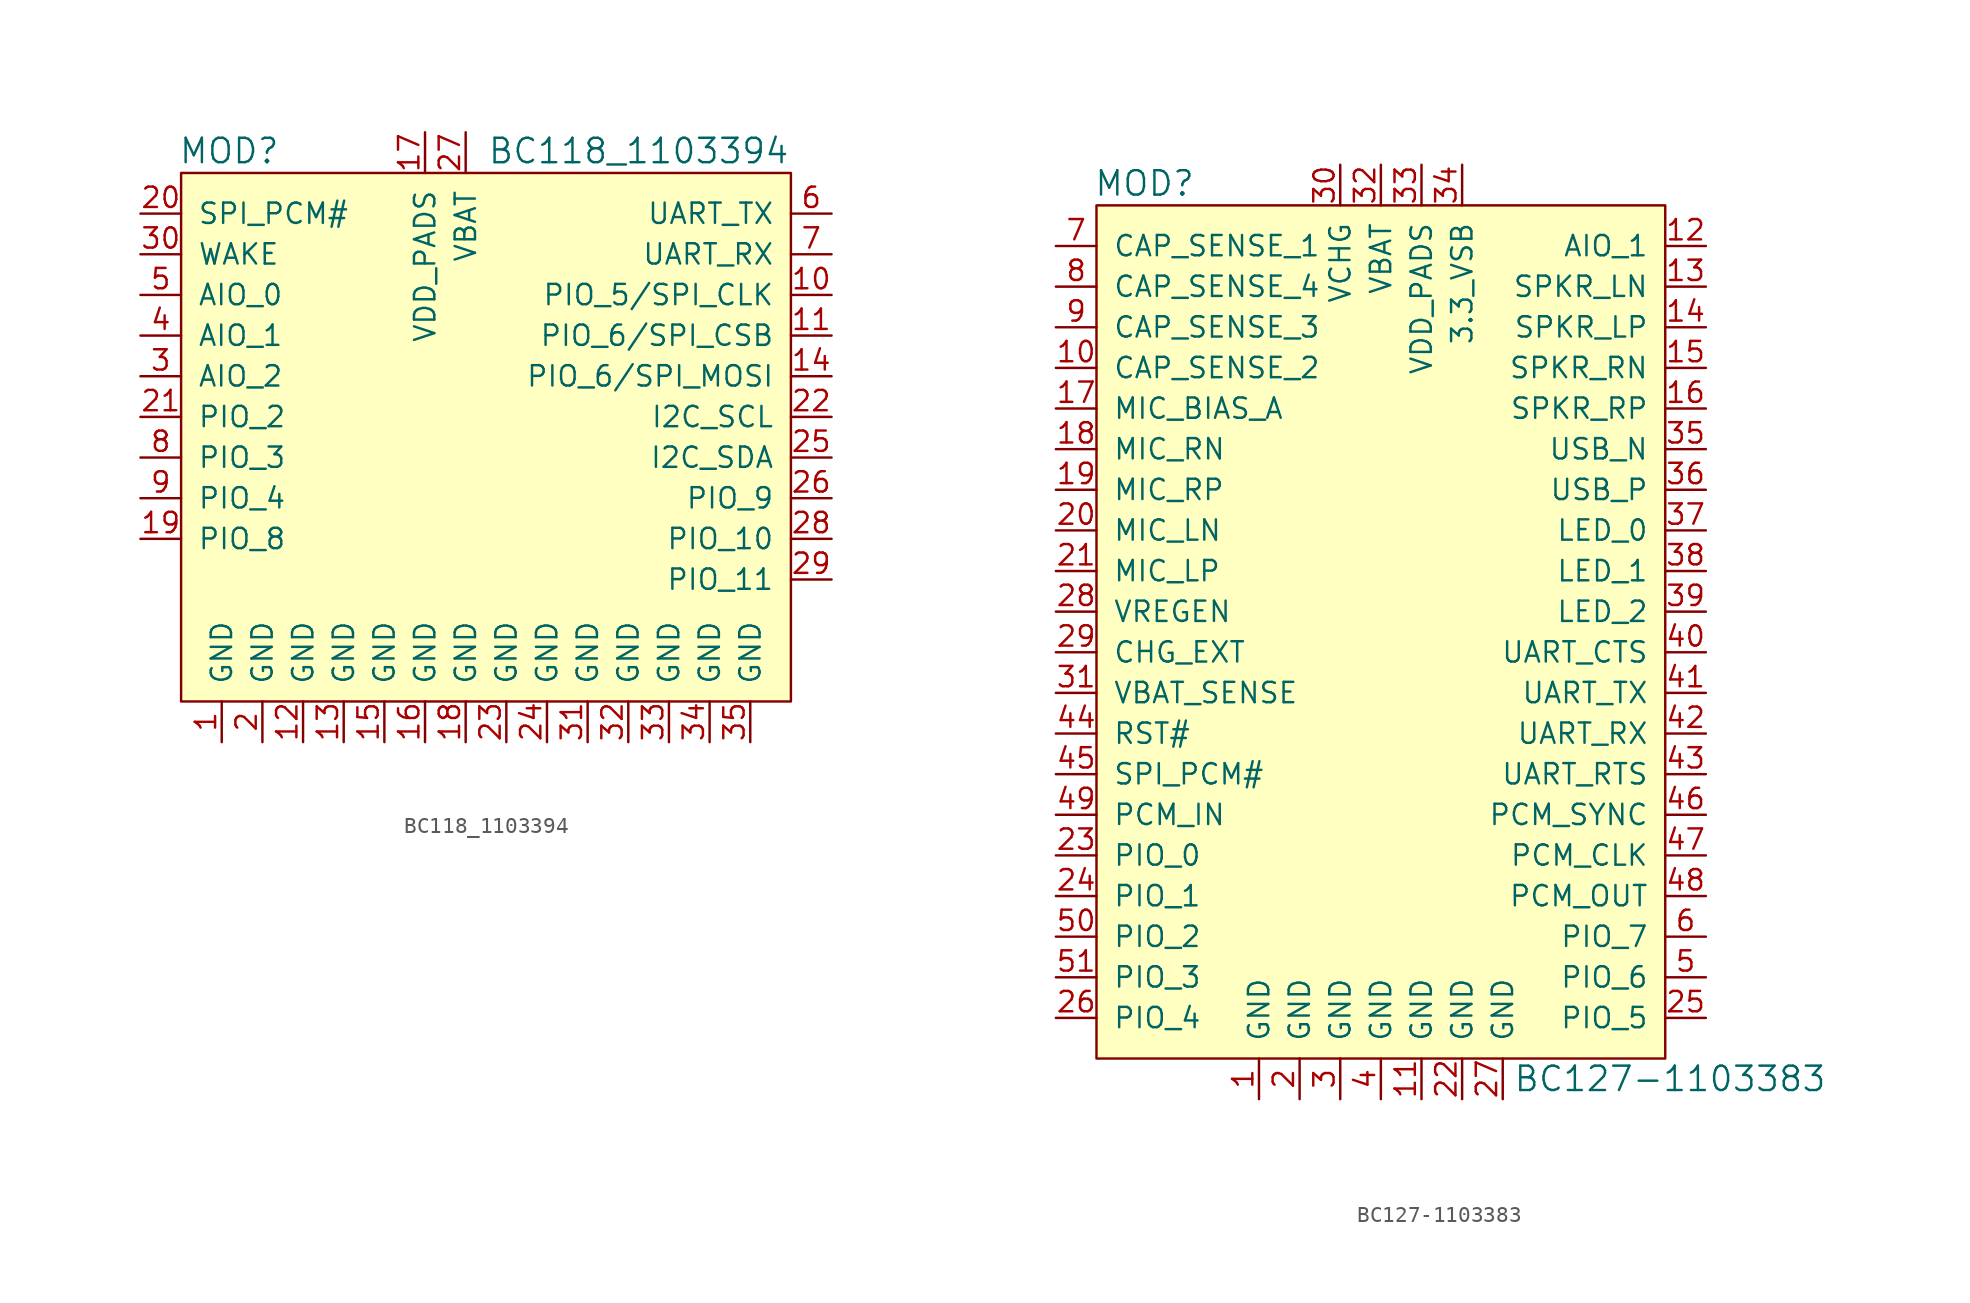
<source format=kicad_sym>
(kicad_symbol_lib
  (version 20220914)
  (generator kicad_symbol_editor)
  (symbol "BC118_1103394"
    (pin_names
      (offset 1.016))
    (property "Reference" "MOD"
      (at -20.498 14.072 0)
      (effects (font (size 1.524 1.524)) (justify left)))
    (property "Value" "BC118_1103394"
      (at -1.194 14.072 0)
      (effects (font (size 1.524 1.524)) (justify left)))
    (symbol "BC118_1103394_0_1"
      (rectangle (start -20.32 12.7) (end 17.78 -20.32) (stroke (width 0) (type solid)) (fill (type background))))
    (symbol "BC118_1103394_1_1"
      (pin power_in line (at -17.78 -22.86 90) (length 2.54) (name "GND" (effects (font (size 1.27 1.27)))) (number "1" (effects (font (size 1.27 1.27)))))
      (pin bidirectional line (at 20.32 5.08 180) (length 2.54) (name "PIO_5/SPI_CLK" (effects (font (size 1.27 1.27)))) (number "10" (effects (font (size 1.27 1.27)))))
      (pin bidirectional line (at 20.32 2.54 180) (length 2.54) (name "PIO_6/SPI_CSB" (effects (font (size 1.27 1.27)))) (number "11" (effects (font (size 1.27 1.27)))))
      (pin power_in line (at -12.7 -22.86 90) (length 2.54) (name "GND" (effects (font (size 1.27 1.27)))) (number "12" (effects (font (size 1.27 1.27)))))
      (pin power_in line (at -10.16 -22.86 90) (length 2.54) (name "GND" (effects (font (size 1.27 1.27)))) (number "13" (effects (font (size 1.27 1.27)))))
      (pin bidirectional line (at 20.32 0 180) (length 2.54) (name "PIO_6/SPI_MOSI" (effects (font (size 1.27 1.27)))) (number "14" (effects (font (size 1.27 1.27)))))
      (pin power_in line (at -7.62 -22.86 90) (length 2.54) (name "GND" (effects (font (size 1.27 1.27)))) (number "15" (effects (font (size 1.27 1.27)))))
      (pin power_in line (at -5.08 -22.86 90) (length 2.54) (name "GND" (effects (font (size 1.27 1.27)))) (number "16" (effects (font (size 1.27 1.27)))))
      (pin power_in line (at -5.08 15.24 270) (length 2.54) (name "VDD_PADS" (effects (font (size 1.27 1.27)))) (number "17" (effects (font (size 1.27 1.27)))))
      (pin power_in line (at -2.54 -22.86 90) (length 2.54) (name "GND" (effects (font (size 1.27 1.27)))) (number "18" (effects (font (size 1.27 1.27)))))
      (pin bidirectional line (at -22.86 -10.16 0) (length 2.54) (name "PIO_8" (effects (font (size 1.27 1.27)))) (number "19" (effects (font (size 1.27 1.27)))))
      (pin power_in line (at -15.24 -22.86 90) (length 2.54) (name "GND" (effects (font (size 1.27 1.27)))) (number "2" (effects (font (size 1.27 1.27)))))
      (pin input line (at -22.86 10.16 0) (length 2.54) (name "SPI_PCM#" (effects (font (size 1.27 1.27)))) (number "20" (effects (font (size 1.27 1.27)))))
      (pin bidirectional line (at -22.86 -2.54 0) (length 2.54) (name "PIO_2" (effects (font (size 1.27 1.27)))) (number "21" (effects (font (size 1.27 1.27)))))
      (pin bidirectional line (at 20.32 -2.54 180) (length 2.54) (name "I2C_SCL" (effects (font (size 1.27 1.27)))) (number "22" (effects (font (size 1.27 1.27)))))
      (pin power_in line (at 0 -22.86 90) (length 2.54) (name "GND" (effects (font (size 1.27 1.27)))) (number "23" (effects (font (size 1.27 1.27)))))
      (pin power_in line (at 2.54 -22.86 90) (length 2.54) (name "GND" (effects (font (size 1.27 1.27)))) (number "24" (effects (font (size 1.27 1.27)))))
      (pin bidirectional line (at 20.32 -5.08 180) (length 2.54) (name "I2C_SDA" (effects (font (size 1.27 1.27)))) (number "25" (effects (font (size 1.27 1.27)))))
      (pin bidirectional line (at 20.32 -7.62 180) (length 2.54) (name "PIO_9" (effects (font (size 1.27 1.27)))) (number "26" (effects (font (size 1.27 1.27)))))
      (pin power_in line (at -2.54 15.24 270) (length 2.54) (name "VBAT" (effects (font (size 1.27 1.27)))) (number "27" (effects (font (size 1.27 1.27)))))
      (pin bidirectional line (at 20.32 -10.16 180) (length 2.54) (name "PIO_10" (effects (font (size 1.27 1.27)))) (number "28" (effects (font (size 1.27 1.27)))))
      (pin bidirectional line (at 20.32 -12.7 180) (length 2.54) (name "PIO_11" (effects (font (size 1.27 1.27)))) (number "29" (effects (font (size 1.27 1.27)))))
      (pin bidirectional line (at -22.86 0 0) (length 2.54) (name "AIO_2" (effects (font (size 1.27 1.27)))) (number "3" (effects (font (size 1.27 1.27)))))
      (pin input line (at -22.86 7.62 0) (length 2.54) (name "WAKE" (effects (font (size 1.27 1.27)))) (number "30" (effects (font (size 1.27 1.27)))))
      (pin power_in line (at 5.08 -22.86 90) (length 2.54) (name "GND" (effects (font (size 1.27 1.27)))) (number "31" (effects (font (size 1.27 1.27)))))
      (pin power_in line (at 7.62 -22.86 90) (length 2.54) (name "GND" (effects (font (size 1.27 1.27)))) (number "32" (effects (font (size 1.27 1.27)))))
      (pin power_in line (at 10.16 -22.86 90) (length 2.54) (name "GND" (effects (font (size 1.27 1.27)))) (number "33" (effects (font (size 1.27 1.27)))))
      (pin power_in line (at 12.7 -22.86 90) (length 2.54) (name "GND" (effects (font (size 1.27 1.27)))) (number "34" (effects (font (size 1.27 1.27)))))
      (pin power_in line (at 15.24 -22.86 90) (length 2.54) (name "GND" (effects (font (size 1.27 1.27)))) (number "35" (effects (font (size 1.27 1.27)))))
      (pin bidirectional line (at -22.86 2.54 0) (length 2.54) (name "AIO_1" (effects (font (size 1.27 1.27)))) (number "4" (effects (font (size 1.27 1.27)))))
      (pin bidirectional line (at -22.86 5.08 0) (length 2.54) (name "AIO_0" (effects (font (size 1.27 1.27)))) (number "5" (effects (font (size 1.27 1.27)))))
      (pin bidirectional line (at 20.32 10.16 180) (length 2.54) (name "UART_TX" (effects (font (size 1.27 1.27)))) (number "6" (effects (font (size 1.27 1.27)))))
      (pin bidirectional line (at 20.32 7.62 180) (length 2.54) (name "UART_RX" (effects (font (size 1.27 1.27)))) (number "7" (effects (font (size 1.27 1.27)))))
      (pin bidirectional line (at -22.86 -5.08 0) (length 2.54) (name "PIO_3" (effects (font (size 1.27 1.27)))) (number "8" (effects (font (size 1.27 1.27)))))
      (pin bidirectional line (at -22.86 -7.62 0) (length 2.54) (name "PIO_4" (effects (font (size 1.27 1.27)))) (number "9" (effects (font (size 1.27 1.27)))))))
  (symbol "BC127-1103383"
    (pin_names
      (offset 1.016))
    (property "Reference" "MOD"
      (at -15.418 16.612 0)
      (effects (font (size 1.524 1.524)) (justify left)))
    (property "Value" "BC127-1103383"
      (at 10.795 -39.37 0)
      (effects (font (size 1.524 1.524)) (justify left)))
    (symbol "BC127-1103383_0_1"
      (rectangle (start -15.24 15.24) (end 20.32 -38.1) (stroke (width 0) (type solid)) (fill (type background))))
    (symbol "BC127-1103383_1_1"
      (pin power_in line (at -5.08 -40.64 90) (length 2.54) (name "GND" (effects (font (size 1.27 1.27)))) (number "1" (effects (font (size 1.27 1.27)))))
      (pin input line (at -17.78 5.08 0) (length 2.54) (name "CAP_SENSE_2" (effects (font (size 1.27 1.27)))) (number "10" (effects (font (size 1.27 1.27)))))
      (pin power_in line (at 5.08 -40.64 90) (length 2.54) (name "GND" (effects (font (size 1.27 1.27)))) (number "11" (effects (font (size 1.27 1.27)))))
      (pin bidirectional line (at 22.86 12.7 180) (length 2.54) (name "AIO_1" (effects (font (size 1.27 1.27)))) (number "12" (effects (font (size 1.27 1.27)))))
      (pin output line (at 22.86 10.16 180) (length 2.54) (name "SPKR_LN" (effects (font (size 1.27 1.27)))) (number "13" (effects (font (size 1.27 1.27)))))
      (pin output line (at 22.86 7.62 180) (length 2.54) (name "SPKR_LP" (effects (font (size 1.27 1.27)))) (number "14" (effects (font (size 1.27 1.27)))))
      (pin output line (at 22.86 5.08 180) (length 2.54) (name "SPKR_RN" (effects (font (size 1.27 1.27)))) (number "15" (effects (font (size 1.27 1.27)))))
      (pin output line (at 22.86 2.54 180) (length 2.54) (name "SPKR_RP" (effects (font (size 1.27 1.27)))) (number "16" (effects (font (size 1.27 1.27)))))
      (pin input line (at -17.78 2.54 0) (length 2.54) (name "MIC_BIAS_A" (effects (font (size 1.27 1.27)))) (number "17" (effects (font (size 1.27 1.27)))))
      (pin input line (at -17.78 0 0) (length 2.54) (name "MIC_RN" (effects (font (size 1.27 1.27)))) (number "18" (effects (font (size 1.27 1.27)))))
      (pin input line (at -17.78 -2.54 0) (length 2.54) (name "MIC_RP" (effects (font (size 1.27 1.27)))) (number "19" (effects (font (size 1.27 1.27)))))
      (pin power_in line (at -2.54 -40.64 90) (length 2.54) (name "GND" (effects (font (size 1.27 1.27)))) (number "2" (effects (font (size 1.27 1.27)))))
      (pin input line (at -17.78 -5.08 0) (length 2.54) (name "MIC_LN" (effects (font (size 1.27 1.27)))) (number "20" (effects (font (size 1.27 1.27)))))
      (pin input line (at -17.78 -7.62 0) (length 2.54) (name "MIC_LP" (effects (font (size 1.27 1.27)))) (number "21" (effects (font (size 1.27 1.27)))))
      (pin power_in line (at 7.62 -40.64 90) (length 2.54) (name "GND" (effects (font (size 1.27 1.27)))) (number "22" (effects (font (size 1.27 1.27)))))
      (pin bidirectional line (at -17.78 -25.4 0) (length 2.54) (name "PIO_0" (effects (font (size 1.27 1.27)))) (number "23" (effects (font (size 1.27 1.27)))))
      (pin bidirectional line (at -17.78 -27.94 0) (length 2.54) (name "PIO_1" (effects (font (size 1.27 1.27)))) (number "24" (effects (font (size 1.27 1.27)))))
      (pin bidirectional line (at 22.86 -35.56 180) (length 2.54) (name "PIO_5" (effects (font (size 1.27 1.27)))) (number "25" (effects (font (size 1.27 1.27)))))
      (pin bidirectional line (at -17.78 -35.56 0) (length 2.54) (name "PIO_4" (effects (font (size 1.27 1.27)))) (number "26" (effects (font (size 1.27 1.27)))))
      (pin power_in line (at 10.16 -40.64 90) (length 2.54) (name "GND" (effects (font (size 1.27 1.27)))) (number "27" (effects (font (size 1.27 1.27)))))
      (pin input line (at -17.78 -10.16 0) (length 2.54) (name "VREGEN" (effects (font (size 1.27 1.27)))) (number "28" (effects (font (size 1.27 1.27)))))
      (pin input line (at -17.78 -12.7 0) (length 2.54) (name "CHG_EXT" (effects (font (size 1.27 1.27)))) (number "29" (effects (font (size 1.27 1.27)))))
      (pin power_in line (at 0 -40.64 90) (length 2.54) (name "GND" (effects (font (size 1.27 1.27)))) (number "3" (effects (font (size 1.27 1.27)))))
      (pin power_in line (at 0 17.78 270) (length 2.54) (name "VCHG" (effects (font (size 1.27 1.27)))) (number "30" (effects (font (size 1.27 1.27)))))
      (pin input line (at -17.78 -15.24 0) (length 2.54) (name "VBAT_SENSE" (effects (font (size 1.27 1.27)))) (number "31" (effects (font (size 1.27 1.27)))))
      (pin power_in line (at 2.54 17.78 270) (length 2.54) (name "VBAT" (effects (font (size 1.27 1.27)))) (number "32" (effects (font (size 1.27 1.27)))))
      (pin power_in line (at 5.08 17.78 270) (length 2.54) (name "VDD_PADS" (effects (font (size 1.27 1.27)))) (number "33" (effects (font (size 1.27 1.27)))))
      (pin power_in line (at 7.62 17.78 270) (length 2.54) (name "3.3_VSB" (effects (font (size 1.27 1.27)))) (number "34" (effects (font (size 1.27 1.27)))))
      (pin bidirectional line (at 22.86 0 180) (length 2.54) (name "USB_N" (effects (font (size 1.27 1.27)))) (number "35" (effects (font (size 1.27 1.27)))))
      (pin bidirectional line (at 22.86 -2.54 180) (length 2.54) (name "USB_P" (effects (font (size 1.27 1.27)))) (number "36" (effects (font (size 1.27 1.27)))))
      (pin output line (at 22.86 -5.08 180) (length 2.54) (name "LED_0" (effects (font (size 1.27 1.27)))) (number "37" (effects (font (size 1.27 1.27)))))
      (pin output line (at 22.86 -7.62 180) (length 2.54) (name "LED_1" (effects (font (size 1.27 1.27)))) (number "38" (effects (font (size 1.27 1.27)))))
      (pin output line (at 22.86 -10.16 180) (length 2.54) (name "LED_2" (effects (font (size 1.27 1.27)))) (number "39" (effects (font (size 1.27 1.27)))))
      (pin power_in line (at 2.54 -40.64 90) (length 2.54) (name "GND" (effects (font (size 1.27 1.27)))) (number "4" (effects (font (size 1.27 1.27)))))
      (pin bidirectional line (at 22.86 -12.7 180) (length 2.54) (name "UART_CTS" (effects (font (size 1.27 1.27)))) (number "40" (effects (font (size 1.27 1.27)))))
      (pin bidirectional line (at 22.86 -15.24 180) (length 2.54) (name "UART_TX" (effects (font (size 1.27 1.27)))) (number "41" (effects (font (size 1.27 1.27)))))
      (pin bidirectional line (at 22.86 -17.78 180) (length 2.54) (name "UART_RX" (effects (font (size 1.27 1.27)))) (number "42" (effects (font (size 1.27 1.27)))))
      (pin bidirectional line (at 22.86 -20.32 180) (length 2.54) (name "UART_RTS" (effects (font (size 1.27 1.27)))) (number "43" (effects (font (size 1.27 1.27)))))
      (pin input line (at -17.78 -17.78 0) (length 2.54) (name "RST#" (effects (font (size 1.27 1.27)))) (number "44" (effects (font (size 1.27 1.27)))))
      (pin input line (at -17.78 -20.32 0) (length 2.54) (name "SPI_PCM#" (effects (font (size 1.27 1.27)))) (number "45" (effects (font (size 1.27 1.27)))))
      (pin bidirectional line (at 22.86 -22.86 180) (length 2.54) (name "PCM_SYNC" (effects (font (size 1.27 1.27)))) (number "46" (effects (font (size 1.27 1.27)))))
      (pin bidirectional line (at 22.86 -25.4 180) (length 2.54) (name "PCM_CLK" (effects (font (size 1.27 1.27)))) (number "47" (effects (font (size 1.27 1.27)))))
      (pin output line (at 22.86 -27.94 180) (length 2.54) (name "PCM_OUT" (effects (font (size 1.27 1.27)))) (number "48" (effects (font (size 1.27 1.27)))))
      (pin input line (at -17.78 -22.86 0) (length 2.54) (name "PCM_IN" (effects (font (size 1.27 1.27)))) (number "49" (effects (font (size 1.27 1.27)))))
      (pin bidirectional line (at 22.86 -33.02 180) (length 2.54) (name "PIO_6" (effects (font (size 1.27 1.27)))) (number "5" (effects (font (size 1.27 1.27)))))
      (pin bidirectional line (at -17.78 -30.48 0) (length 2.54) (name "PIO_2" (effects (font (size 1.27 1.27)))) (number "50" (effects (font (size 1.27 1.27)))))
      (pin bidirectional line (at -17.78 -33.02 0) (length 2.54) (name "PIO_3" (effects (font (size 1.27 1.27)))) (number "51" (effects (font (size 1.27 1.27)))))
      (pin bidirectional line (at 22.86 -30.48 180) (length 2.54) (name "PIO_7" (effects (font (size 1.27 1.27)))) (number "6" (effects (font (size 1.27 1.27)))))
      (pin input line (at -17.78 12.7 0) (length 2.54) (name "CAP_SENSE_1" (effects (font (size 1.27 1.27)))) (number "7" (effects (font (size 1.27 1.27)))))
      (pin input line (at -17.78 10.16 0) (length 2.54) (name "CAP_SENSE_4" (effects (font (size 1.27 1.27)))) (number "8" (effects (font (size 1.27 1.27)))))
      (pin input line (at -17.78 7.62 0) (length 2.54) (name "CAP_SENSE_3" (effects (font (size 1.27 1.27)))) (number "9" (effects (font (size 1.27 1.27))))))))
</source>
